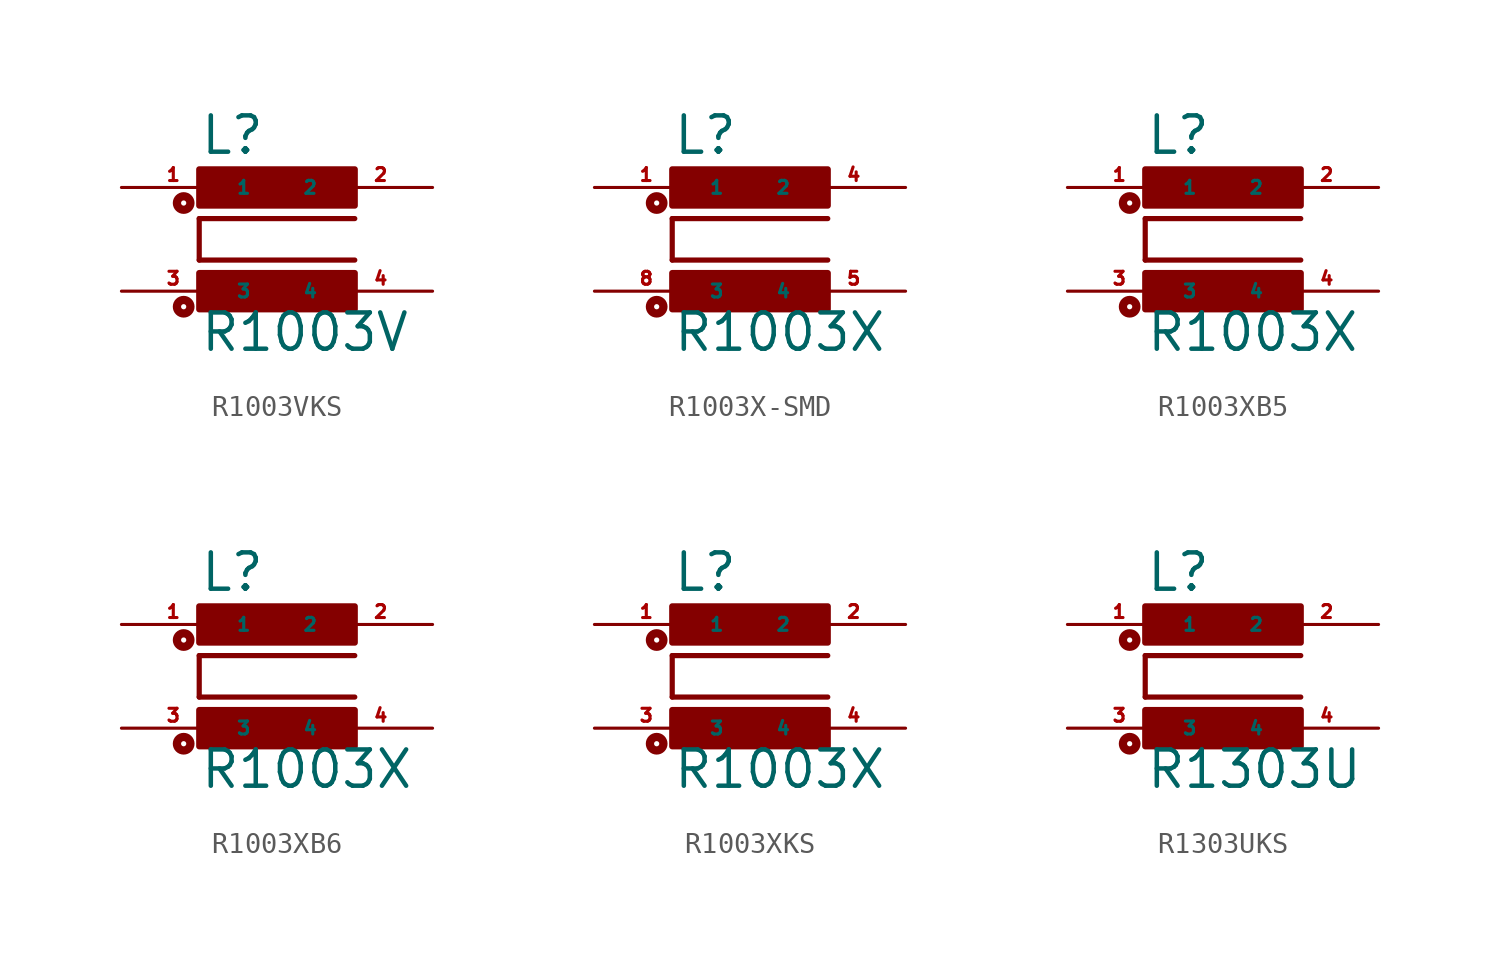
<source format=kicad_sym>
(kicad_symbol_lib
  (version 20220914)
  (generator Eagle2Kicad)
  (symbol "R1003VKS"
    (property "Reference" "L"
      (at -3.81 4.064 0)
      (effects (font (size 1.778 1.778) (thickness 0.22)) (justify left bottom)))
    (property "Value" "R1003V"
      (at -3.81 -5.588 0)
      (effects (font (size 1.778 1.778) (thickness 0.22)) (justify left bottom)))
    (polyline
      (pts (xy 3.81 1.016) (xy -3.81 1.016))
      (stroke (width 0.254) (type default))
      (fill (type none)))
    (polyline
      (pts (xy -3.81 -1.016) (xy -3.81 1.016))
      (stroke (width 0.254) (type default))
      (fill (type none)))
    (polyline
      (pts (xy -3.81 -1.016) (xy 3.81 -1.016))
      (stroke (width 0.254) (type default))
      (fill (type none)))
    (circle
      (center -4.572 -3.302)
      (radius 0.127)
      (stroke (width 0.406) (type default))
      (fill (type none)))
    (circle
      (center -4.572 1.778)
      (radius 0.127)
      (stroke (width 0.406) (type default))
      (fill (type none)))
    (rectangle
      (start -3.81 1.651)
      (end 3.81 3.429)
      (stroke (width 0.3) (type default))
      (fill (type outline)))
    (rectangle
      (start -3.81 -3.429)
      (end 3.81 -1.651)
      (stroke (width 0.3) (type default))
      (fill (type outline)))
    (pin passive line
      (at 7.62 2.54 180)
      (length 5.08)
      (name "2" (effects (font (size 0.635 0.635) (thickness 0.08)) (justify left bottom)))
      (number "2" (effects (font (size 0.635 0.635) (thickness 0.08)) (justify left bottom))))
    (pin passive line
      (at -7.62 2.54 0)
      (length 5.08)
      (name "1" (effects (font (size 0.635 0.635) (thickness 0.08)) (justify left bottom)))
      (number "1" (effects (font (size 0.635 0.635) (thickness 0.08)) (justify left bottom))))
    (pin passive line
      (at -7.62 -2.54 0)
      (length 5.08)
      (name "3" (effects (font (size 0.635 0.635) (thickness 0.08)) (justify left bottom)))
      (number "3" (effects (font (size 0.635 0.635) (thickness 0.08)) (justify left bottom))))
    (pin passive line
      (at 7.62 -2.54 180)
      (length 5.08)
      (name "4" (effects (font (size 0.635 0.635) (thickness 0.08)) (justify left bottom)))
      (number "4" (effects (font (size 0.635 0.635) (thickness 0.08)) (justify left bottom)))))
  (symbol "R1003X-SMD"
    (property "Reference" "L"
      (at -3.81 4.064 0)
      (effects (font (size 1.778 1.778) (thickness 0.22)) (justify left bottom)))
    (property "Value" "R1003X"
      (at -3.81 -5.588 0)
      (effects (font (size 1.778 1.778) (thickness 0.22)) (justify left bottom)))
    (polyline
      (pts (xy 3.81 1.016) (xy -3.81 1.016))
      (stroke (width 0.254) (type default))
      (fill (type none)))
    (polyline
      (pts (xy -3.81 -1.016) (xy -3.81 1.016))
      (stroke (width 0.254) (type default))
      (fill (type none)))
    (polyline
      (pts (xy -3.81 -1.016) (xy 3.81 -1.016))
      (stroke (width 0.254) (type default))
      (fill (type none)))
    (circle
      (center -4.572 -3.302)
      (radius 0.127)
      (stroke (width 0.406) (type default))
      (fill (type none)))
    (circle
      (center -4.572 1.778)
      (radius 0.127)
      (stroke (width 0.406) (type default))
      (fill (type none)))
    (rectangle
      (start -3.81 1.651)
      (end 3.81 3.429)
      (stroke (width 0.3) (type default))
      (fill (type outline)))
    (rectangle
      (start -3.81 -3.429)
      (end 3.81 -1.651)
      (stroke (width 0.3) (type default))
      (fill (type outline)))
    (pin passive line
      (at 7.62 2.54 180)
      (length 5.08)
      (name "2" (effects (font (size 0.635 0.635) (thickness 0.08)) (justify left bottom)))
      (number "4" (effects (font (size 0.635 0.635) (thickness 0.08)) (justify left bottom))))
    (pin passive line
      (at -7.62 2.54 0)
      (length 5.08)
      (name "1" (effects (font (size 0.635 0.635) (thickness 0.08)) (justify left bottom)))
      (number "1" (effects (font (size 0.635 0.635) (thickness 0.08)) (justify left bottom))))
    (pin passive line
      (at -7.62 -2.54 0)
      (length 5.08)
      (name "3" (effects (font (size 0.635 0.635) (thickness 0.08)) (justify left bottom)))
      (number "8" (effects (font (size 0.635 0.635) (thickness 0.08)) (justify left bottom))))
    (pin passive line
      (at 7.62 -2.54 180)
      (length 5.08)
      (name "4" (effects (font (size 0.635 0.635) (thickness 0.08)) (justify left bottom)))
      (number "5" (effects (font (size 0.635 0.635) (thickness 0.08)) (justify left bottom)))))
  (symbol "R1003XB5"
    (property "Reference" "L"
      (at -3.81 4.064 0)
      (effects (font (size 1.778 1.778) (thickness 0.22)) (justify left bottom)))
    (property "Value" "R1003X"
      (at -3.81 -5.588 0)
      (effects (font (size 1.778 1.778) (thickness 0.22)) (justify left bottom)))
    (polyline
      (pts (xy 3.81 1.016) (xy -3.81 1.016))
      (stroke (width 0.254) (type default))
      (fill (type none)))
    (polyline
      (pts (xy -3.81 -1.016) (xy -3.81 1.016))
      (stroke (width 0.254) (type default))
      (fill (type none)))
    (polyline
      (pts (xy -3.81 -1.016) (xy 3.81 -1.016))
      (stroke (width 0.254) (type default))
      (fill (type none)))
    (circle
      (center -4.572 -3.302)
      (radius 0.127)
      (stroke (width 0.406) (type default))
      (fill (type none)))
    (circle
      (center -4.572 1.778)
      (radius 0.127)
      (stroke (width 0.406) (type default))
      (fill (type none)))
    (rectangle
      (start -3.81 1.651)
      (end 3.81 3.429)
      (stroke (width 0.3) (type default))
      (fill (type outline)))
    (rectangle
      (start -3.81 -3.429)
      (end 3.81 -1.651)
      (stroke (width 0.3) (type default))
      (fill (type outline)))
    (pin passive line
      (at 7.62 2.54 180)
      (length 5.08)
      (name "2" (effects (font (size 0.635 0.635) (thickness 0.08)) (justify left bottom)))
      (number "2" (effects (font (size 0.635 0.635) (thickness 0.08)) (justify left bottom))))
    (pin passive line
      (at -7.62 2.54 0)
      (length 5.08)
      (name "1" (effects (font (size 0.635 0.635) (thickness 0.08)) (justify left bottom)))
      (number "1" (effects (font (size 0.635 0.635) (thickness 0.08)) (justify left bottom))))
    (pin passive line
      (at -7.62 -2.54 0)
      (length 5.08)
      (name "3" (effects (font (size 0.635 0.635) (thickness 0.08)) (justify left bottom)))
      (number "3" (effects (font (size 0.635 0.635) (thickness 0.08)) (justify left bottom))))
    (pin passive line
      (at 7.62 -2.54 180)
      (length 5.08)
      (name "4" (effects (font (size 0.635 0.635) (thickness 0.08)) (justify left bottom)))
      (number "4" (effects (font (size 0.635 0.635) (thickness 0.08)) (justify left bottom)))))
  (symbol "R1003XB6"
    (property "Reference" "L"
      (at -3.81 4.064 0)
      (effects (font (size 1.778 1.778) (thickness 0.22)) (justify left bottom)))
    (property "Value" "R1003X"
      (at -3.81 -5.588 0)
      (effects (font (size 1.778 1.778) (thickness 0.22)) (justify left bottom)))
    (polyline
      (pts (xy 3.81 1.016) (xy -3.81 1.016))
      (stroke (width 0.254) (type default))
      (fill (type none)))
    (polyline
      (pts (xy -3.81 -1.016) (xy -3.81 1.016))
      (stroke (width 0.254) (type default))
      (fill (type none)))
    (polyline
      (pts (xy -3.81 -1.016) (xy 3.81 -1.016))
      (stroke (width 0.254) (type default))
      (fill (type none)))
    (circle
      (center -4.572 -3.302)
      (radius 0.127)
      (stroke (width 0.406) (type default))
      (fill (type none)))
    (circle
      (center -4.572 1.778)
      (radius 0.127)
      (stroke (width 0.406) (type default))
      (fill (type none)))
    (rectangle
      (start -3.81 1.651)
      (end 3.81 3.429)
      (stroke (width 0.3) (type default))
      (fill (type outline)))
    (rectangle
      (start -3.81 -3.429)
      (end 3.81 -1.651)
      (stroke (width 0.3) (type default))
      (fill (type outline)))
    (pin passive line
      (at 7.62 2.54 180)
      (length 5.08)
      (name "2" (effects (font (size 0.635 0.635) (thickness 0.08)) (justify left bottom)))
      (number "2" (effects (font (size 0.635 0.635) (thickness 0.08)) (justify left bottom))))
    (pin passive line
      (at -7.62 2.54 0)
      (length 5.08)
      (name "1" (effects (font (size 0.635 0.635) (thickness 0.08)) (justify left bottom)))
      (number "1" (effects (font (size 0.635 0.635) (thickness 0.08)) (justify left bottom))))
    (pin passive line
      (at -7.62 -2.54 0)
      (length 5.08)
      (name "3" (effects (font (size 0.635 0.635) (thickness 0.08)) (justify left bottom)))
      (number "3" (effects (font (size 0.635 0.635) (thickness 0.08)) (justify left bottom))))
    (pin passive line
      (at 7.62 -2.54 180)
      (length 5.08)
      (name "4" (effects (font (size 0.635 0.635) (thickness 0.08)) (justify left bottom)))
      (number "4" (effects (font (size 0.635 0.635) (thickness 0.08)) (justify left bottom)))))
  (symbol "R1003XKS"
    (property "Reference" "L"
      (at -3.81 4.064 0)
      (effects (font (size 1.778 1.778) (thickness 0.22)) (justify left bottom)))
    (property "Value" "R1003X"
      (at -3.81 -5.588 0)
      (effects (font (size 1.778 1.778) (thickness 0.22)) (justify left bottom)))
    (polyline
      (pts (xy 3.81 1.016) (xy -3.81 1.016))
      (stroke (width 0.254) (type default))
      (fill (type none)))
    (polyline
      (pts (xy -3.81 -1.016) (xy -3.81 1.016))
      (stroke (width 0.254) (type default))
      (fill (type none)))
    (polyline
      (pts (xy -3.81 -1.016) (xy 3.81 -1.016))
      (stroke (width 0.254) (type default))
      (fill (type none)))
    (circle
      (center -4.572 -3.302)
      (radius 0.127)
      (stroke (width 0.406) (type default))
      (fill (type none)))
    (circle
      (center -4.572 1.778)
      (radius 0.127)
      (stroke (width 0.406) (type default))
      (fill (type none)))
    (rectangle
      (start -3.81 1.651)
      (end 3.81 3.429)
      (stroke (width 0.3) (type default))
      (fill (type outline)))
    (rectangle
      (start -3.81 -3.429)
      (end 3.81 -1.651)
      (stroke (width 0.3) (type default))
      (fill (type outline)))
    (pin passive line
      (at 7.62 2.54 180)
      (length 5.08)
      (name "2" (effects (font (size 0.635 0.635) (thickness 0.08)) (justify left bottom)))
      (number "2" (effects (font (size 0.635 0.635) (thickness 0.08)) (justify left bottom))))
    (pin passive line
      (at -7.62 2.54 0)
      (length 5.08)
      (name "1" (effects (font (size 0.635 0.635) (thickness 0.08)) (justify left bottom)))
      (number "1" (effects (font (size 0.635 0.635) (thickness 0.08)) (justify left bottom))))
    (pin passive line
      (at -7.62 -2.54 0)
      (length 5.08)
      (name "3" (effects (font (size 0.635 0.635) (thickness 0.08)) (justify left bottom)))
      (number "3" (effects (font (size 0.635 0.635) (thickness 0.08)) (justify left bottom))))
    (pin passive line
      (at 7.62 -2.54 180)
      (length 5.08)
      (name "4" (effects (font (size 0.635 0.635) (thickness 0.08)) (justify left bottom)))
      (number "4" (effects (font (size 0.635 0.635) (thickness 0.08)) (justify left bottom)))))
  (symbol "R1303UKS"
    (property "Reference" "L"
      (at -3.81 4.064 0)
      (effects (font (size 1.778 1.778) (thickness 0.22)) (justify left bottom)))
    (property "Value" "R1303U"
      (at -3.81 -5.588 0)
      (effects (font (size 1.778 1.778) (thickness 0.22)) (justify left bottom)))
    (polyline
      (pts (xy 3.81 1.016) (xy -3.81 1.016))
      (stroke (width 0.254) (type default))
      (fill (type none)))
    (polyline
      (pts (xy -3.81 -1.016) (xy -3.81 1.016))
      (stroke (width 0.254) (type default))
      (fill (type none)))
    (polyline
      (pts (xy -3.81 -1.016) (xy 3.81 -1.016))
      (stroke (width 0.254) (type default))
      (fill (type none)))
    (circle
      (center -4.572 -3.302)
      (radius 0.127)
      (stroke (width 0.406) (type default))
      (fill (type none)))
    (circle
      (center -4.572 1.778)
      (radius 0.127)
      (stroke (width 0.406) (type default))
      (fill (type none)))
    (rectangle
      (start -3.81 1.651)
      (end 3.81 3.429)
      (stroke (width 0.3) (type default))
      (fill (type outline)))
    (rectangle
      (start -3.81 -3.429)
      (end 3.81 -1.651)
      (stroke (width 0.3) (type default))
      (fill (type outline)))
    (pin passive line
      (at 7.62 2.54 180)
      (length 5.08)
      (name "2" (effects (font (size 0.635 0.635) (thickness 0.08)) (justify left bottom)))
      (number "2" (effects (font (size 0.635 0.635) (thickness 0.08)) (justify left bottom))))
    (pin passive line
      (at -7.62 2.54 0)
      (length 5.08)
      (name "1" (effects (font (size 0.635 0.635) (thickness 0.08)) (justify left bottom)))
      (number "1" (effects (font (size 0.635 0.635) (thickness 0.08)) (justify left bottom))))
    (pin passive line
      (at -7.62 -2.54 0)
      (length 5.08)
      (name "3" (effects (font (size 0.635 0.635) (thickness 0.08)) (justify left bottom)))
      (number "3" (effects (font (size 0.635 0.635) (thickness 0.08)) (justify left bottom))))
    (pin passive line
      (at 7.62 -2.54 180)
      (length 5.08)
      (name "4" (effects (font (size 0.635 0.635) (thickness 0.08)) (justify left bottom)))
      (number "4" (effects (font (size 0.635 0.635) (thickness 0.08)) (justify left bottom))))))
</source>
